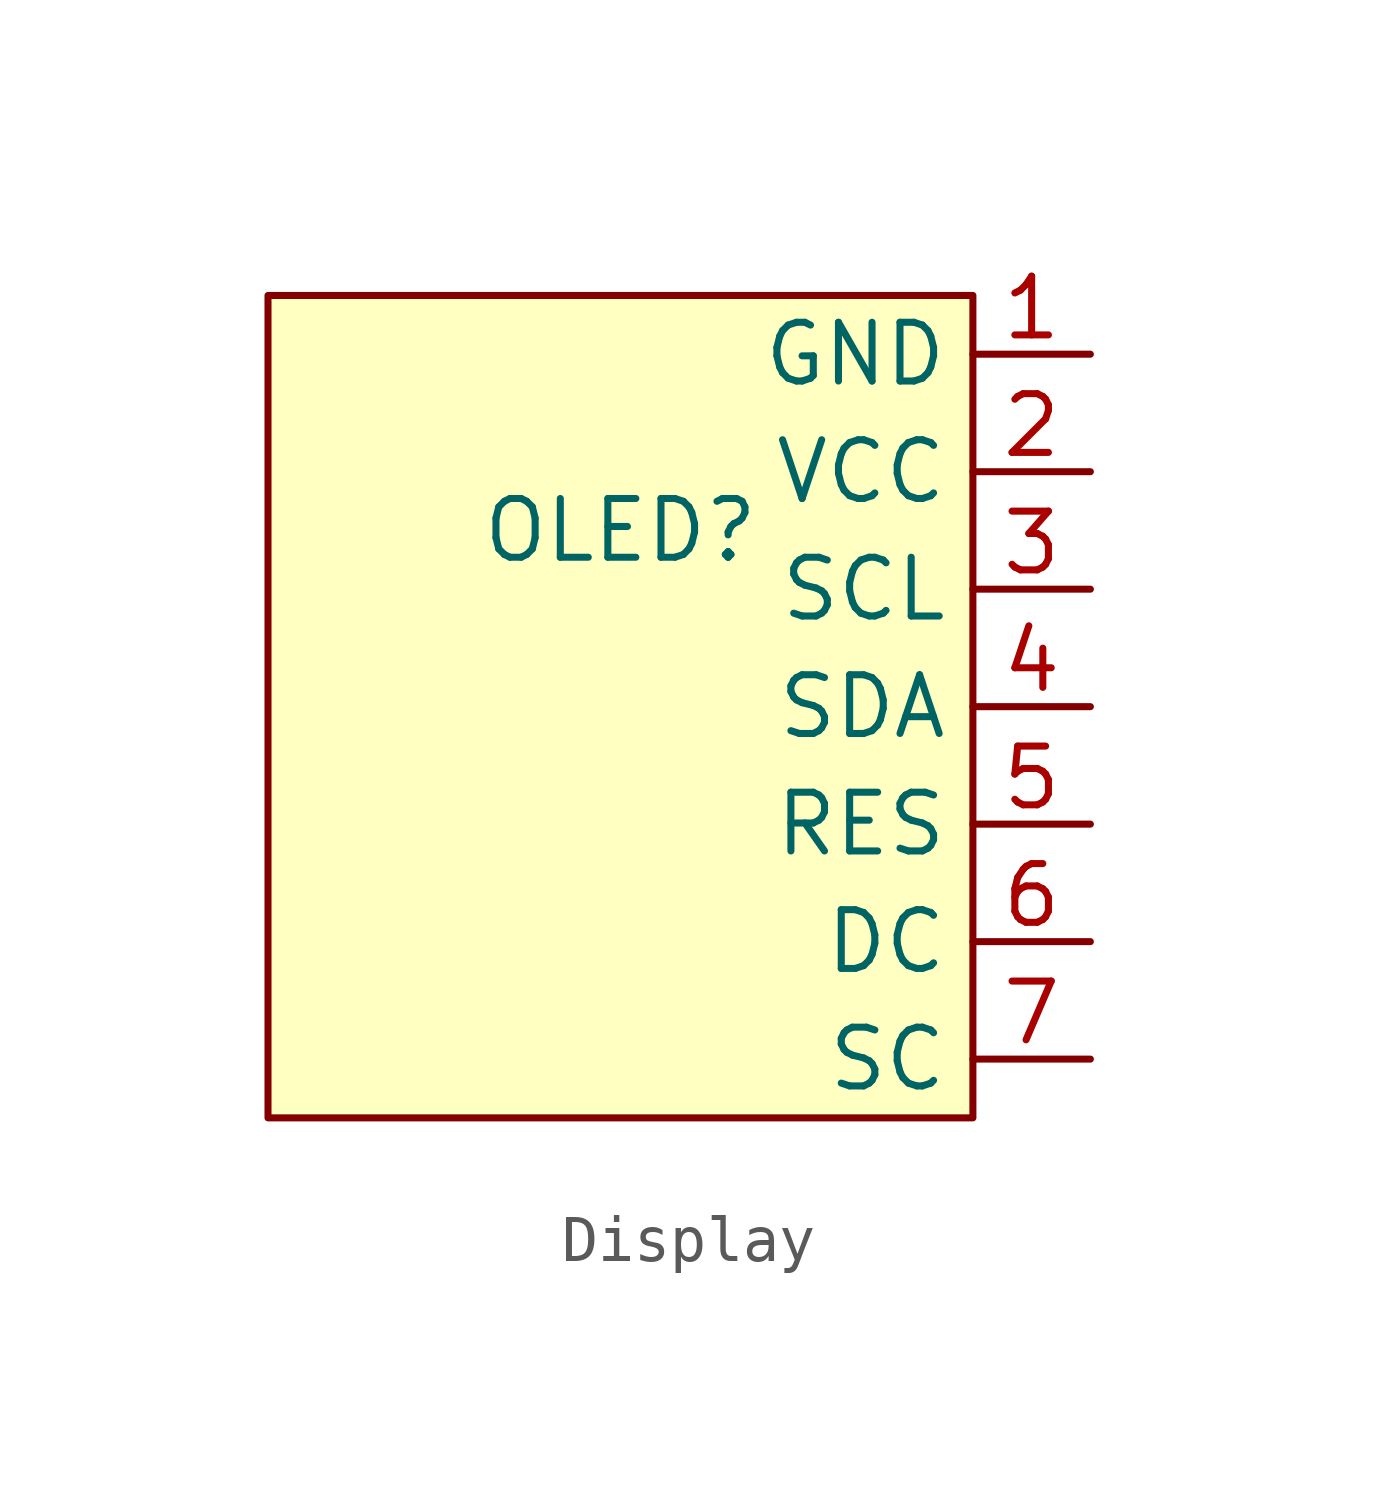
<source format=kicad_sym>
(kicad_symbol_lib
  (version 20231120)
  (generator "kicad_symbol_editor")
  (generator_version "8.0")
  (symbol "Display"
    (property "Reference" "OLED"
      (at 0 0 0)
      (effects (font (size 1.27 1.27))))
    (property "Value" ""
      (at 0 0 0)
      (effects (font (size 1.27 1.27))))
    (symbol "Display_1_1"
      (rectangle (start -7.62 5.08) (end 7.62 -12.7) (stroke (width 0) (type default)) (fill (type background)))
      (pin power_in line (at 10.16 3.81 180) (length 2.54) (name "GND" (effects (font (size 1.27 1.27)))) (number "1" (effects (font (size 1.27 1.27)))))
      (pin power_in line (at 10.16 1.27 180) (length 2.54) (name "VCC" (effects (font (size 1.27 1.27)))) (number "2" (effects (font (size 1.27 1.27)))))
      (pin input line (at 10.16 -1.27 180) (length 2.54) (name "SCL" (effects (font (size 1.27 1.27)))) (number "3" (effects (font (size 1.27 1.27)))))
      (pin input line (at 10.16 -3.81 180) (length 2.54) (name "SDA" (effects (font (size 1.27 1.27)))) (number "4" (effects (font (size 1.27 1.27)))))
      (pin input line (at 10.16 -6.35 180) (length 2.54) (name "RES" (effects (font (size 1.27 1.27)))) (number "5" (effects (font (size 1.27 1.27)))))
      (pin unspecified line (at 10.16 -8.89 180) (length 2.54) (name "DC" (effects (font (size 1.27 1.27)))) (number "6" (effects (font (size 1.27 1.27)))))
      (pin input line (at 10.16 -11.43 180) (length 2.54) (name "SC" (effects (font (size 1.27 1.27)))) (number "7" (effects (font (size 1.27 1.27))))))))
</source>
